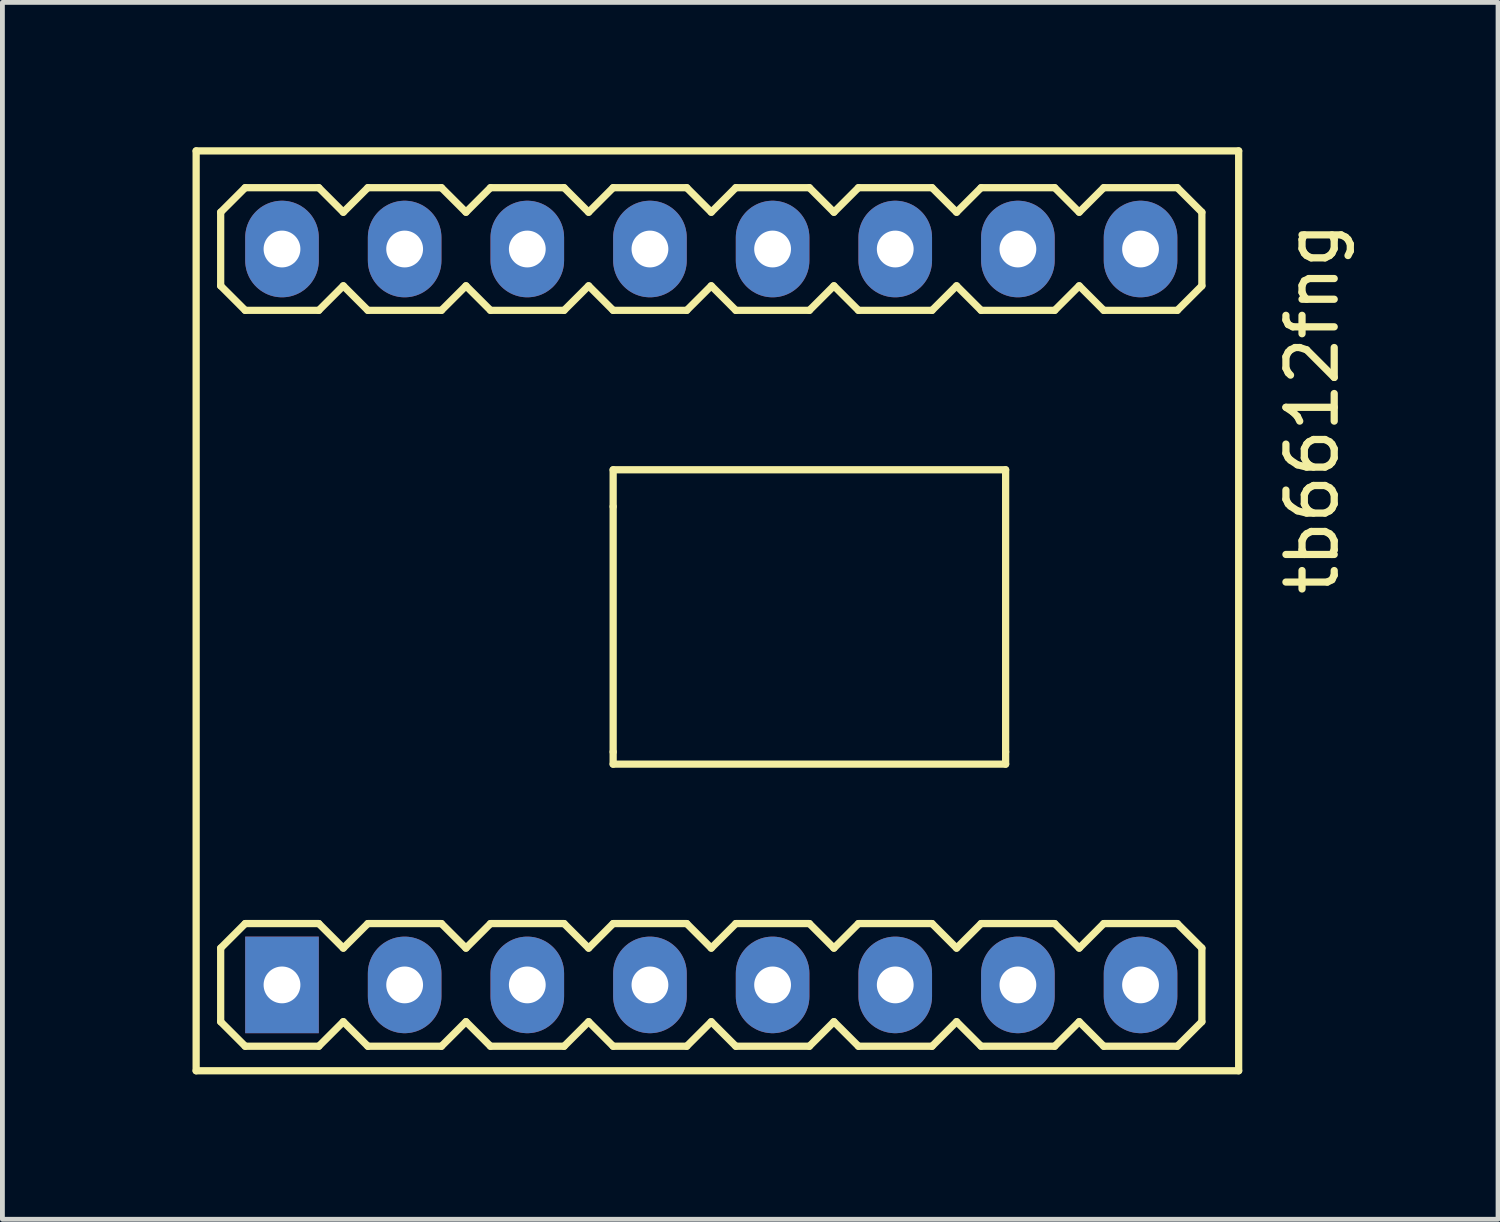
<source format=kicad_pcb>
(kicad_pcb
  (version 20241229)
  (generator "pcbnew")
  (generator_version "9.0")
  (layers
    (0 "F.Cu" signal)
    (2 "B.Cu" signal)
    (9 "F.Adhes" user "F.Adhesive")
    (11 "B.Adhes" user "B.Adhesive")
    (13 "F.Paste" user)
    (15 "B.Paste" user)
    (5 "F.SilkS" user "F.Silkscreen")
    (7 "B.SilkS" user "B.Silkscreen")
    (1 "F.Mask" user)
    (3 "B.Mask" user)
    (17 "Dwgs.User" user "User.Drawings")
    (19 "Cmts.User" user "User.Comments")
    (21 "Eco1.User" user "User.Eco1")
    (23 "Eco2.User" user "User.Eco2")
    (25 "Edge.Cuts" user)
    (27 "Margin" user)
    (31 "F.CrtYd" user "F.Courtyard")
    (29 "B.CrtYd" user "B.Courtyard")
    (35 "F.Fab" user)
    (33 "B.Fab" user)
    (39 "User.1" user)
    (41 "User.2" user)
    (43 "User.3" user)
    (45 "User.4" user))
  (footprint "tb6612fng"
    (layer "F.Cu")
    (at 0.25 17.347)
    (property "Reference" "tb6612fng" (at 23.876 -11.938 90) (layer "F.SilkS") (effects (font (size 1 1) (thickness 0.15))))
    (attr through_hole)
    (fp_line (start 0.762 -17.272) (end 22.352 -17.272) (stroke (width 0.15) (type solid)) (layer "F.SilkS"))
    (fp_line (start 0.762 1.778) (end 0.762 -17.272) (stroke (width 0.15) (type solid)) (layer "F.SilkS"))
    (fp_line (start 0.762 1.778) (end 22.352 1.778) (stroke (width 0.15) (type solid)) (layer "F.SilkS"))
    (fp_line (start 1.27 -14.478) (end 1.27 -16.002) (stroke (width 0.15) (type solid)) (layer "F.SilkS"))
    (fp_line (start 1.27 0.762) (end 1.27 -0.762) (stroke (width 0.15) (type solid)) (layer "F.SilkS"))
    (fp_line (start 1.778 -16.51) (end 1.27 -16.002) (stroke (width 0.15) (type solid)) (layer "F.SilkS"))
    (fp_line (start 1.778 -13.97) (end 1.27 -14.478) (stroke (width 0.15) (type solid)) (layer "F.SilkS"))
    (fp_line (start 1.778 -13.97) (end 3.302 -13.97) (stroke (width 0.15) (type solid)) (layer "F.SilkS"))
    (fp_line (start 1.778 -1.27) (end 1.27 -0.762) (stroke (width 0.15) (type solid)) (layer "F.SilkS"))
    (fp_line (start 1.778 1.27) (end 1.27 0.762) (stroke (width 0.15) (type solid)) (layer "F.SilkS"))
    (fp_line (start 1.778 1.27) (end 3.302 1.27) (stroke (width 0.15) (type solid)) (layer "F.SilkS"))
    (fp_line (start 3.302 -16.51) (end 1.778 -16.51) (stroke (width 0.15) (type solid)) (layer "F.SilkS"))
    (fp_line (start 3.302 -13.97) (end 3.81 -14.478) (stroke (width 0.15) (type solid)) (layer "F.SilkS"))
    (fp_line (start 3.302 -1.27) (end 1.778 -1.27) (stroke (width 0.15) (type solid)) (layer "F.SilkS"))
    (fp_line (start 3.302 1.27) (end 3.81 0.762) (stroke (width 0.15) (type solid)) (layer "F.SilkS"))
    (fp_line (start 3.81 -16.002) (end 3.302 -16.51) (stroke (width 0.15) (type solid)) (layer "F.SilkS"))
    (fp_line (start 3.81 -0.762) (end 3.302 -1.27) (stroke (width 0.15) (type solid)) (layer "F.SilkS"))
    (fp_line (start 4.318 -16.51) (end 3.81 -16.002) (stroke (width 0.15) (type solid)) (layer "F.SilkS"))
    (fp_line (start 4.318 -13.97) (end 3.81 -14.478) (stroke (width 0.15) (type solid)) (layer "F.SilkS"))
    (fp_line (start 4.318 -13.97) (end 5.842 -13.97) (stroke (width 0.15) (type solid)) (layer "F.SilkS"))
    (fp_line (start 4.318 -1.27) (end 3.81 -0.762) (stroke (width 0.15) (type solid)) (layer "F.SilkS"))
    (fp_line (start 4.318 1.27) (end 3.81 0.762) (stroke (width 0.15) (type solid)) (layer "F.SilkS"))
    (fp_line (start 4.318 1.27) (end 5.842 1.27) (stroke (width 0.15) (type solid)) (layer "F.SilkS"))
    (fp_line (start 5.842 -16.51) (end 4.318 -16.51) (stroke (width 0.15) (type solid)) (layer "F.SilkS"))
    (fp_line (start 5.842 -13.97) (end 6.35 -14.478) (stroke (width 0.15) (type solid)) (layer "F.SilkS"))
    (fp_line (start 5.842 -1.27) (end 4.318 -1.27) (stroke (width 0.15) (type solid)) (layer "F.SilkS"))
    (fp_line (start 5.842 1.27) (end 6.35 0.762) (stroke (width 0.15) (type solid)) (layer "F.SilkS"))
    (fp_line (start 6.35 -16.002) (end 5.842 -16.51) (stroke (width 0.15) (type solid)) (layer "F.SilkS"))
    (fp_line (start 6.35 -0.762) (end 5.842 -1.27) (stroke (width 0.15) (type solid)) (layer "F.SilkS"))
    (fp_line (start 6.858 -16.51) (end 6.35 -16.002) (stroke (width 0.15) (type solid)) (layer "F.SilkS"))
    (fp_line (start 6.858 -13.97) (end 6.35 -14.478) (stroke (width 0.15) (type solid)) (layer "F.SilkS"))
    (fp_line (start 6.858 -13.97) (end 8.382 -13.97) (stroke (width 0.15) (type solid)) (layer "F.SilkS"))
    (fp_line (start 6.858 -1.27) (end 6.35 -0.762) (stroke (width 0.15) (type solid)) (layer "F.SilkS"))
    (fp_line (start 6.858 1.27) (end 6.35 0.762) (stroke (width 0.15) (type solid)) (layer "F.SilkS"))
    (fp_line (start 6.858 1.27) (end 8.382 1.27) (stroke (width 0.15) (type solid)) (layer "F.SilkS"))
    (fp_line (start 8.382 -16.51) (end 6.858 -16.51) (stroke (width 0.15) (type solid)) (layer "F.SilkS"))
    (fp_line (start 8.382 -13.97) (end 8.89 -14.478) (stroke (width 0.15) (type solid)) (layer "F.SilkS"))
    (fp_line (start 8.382 -1.27) (end 6.858 -1.27) (stroke (width 0.15) (type solid)) (layer "F.SilkS"))
    (fp_line (start 8.382 1.27) (end 8.89 0.762) (stroke (width 0.15) (type solid)) (layer "F.SilkS"))
    (fp_line (start 8.89 -16.002) (end 8.382 -16.51) (stroke (width 0.15) (type solid)) (layer "F.SilkS"))
    (fp_line (start 8.89 -0.762) (end 8.382 -1.27) (stroke (width 0.15) (type solid)) (layer "F.SilkS"))
    (fp_line (start 9.398 -16.51) (end 8.89 -16.002) (stroke (width 0.15) (type solid)) (layer "F.SilkS"))
    (fp_line (start 9.398 -13.97) (end 8.89 -14.478) (stroke (width 0.15) (type solid)) (layer "F.SilkS"))
    (fp_line (start 9.398 -13.97) (end 10.922 -13.97) (stroke (width 0.15) (type solid)) (layer "F.SilkS"))
    (fp_line (start 9.398 -10.668) (end 9.398 -9.906) (stroke (width 0.15) (type solid)) (layer "F.SilkS"))
    (fp_line (start 9.398 -9.906) (end 9.398 -4.826) (stroke (width 0.15) (type solid)) (layer "F.SilkS"))
    (fp_line (start 9.398 -4.572) (end 9.398 -4.826) (stroke (width 0.15) (type solid)) (layer "F.SilkS"))
    (fp_line (start 9.398 -1.27) (end 8.89 -0.762) (stroke (width 0.15) (type solid)) (layer "F.SilkS"))
    (fp_line (start 9.398 1.27) (end 8.89 0.762) (stroke (width 0.15) (type solid)) (layer "F.SilkS"))
    (fp_line (start 9.398 1.27) (end 10.922 1.27) (stroke (width 0.15) (type solid)) (layer "F.SilkS"))
    (fp_line (start 10.922 -16.51) (end 9.398 -16.51) (stroke (width 0.15) (type solid)) (layer "F.SilkS"))
    (fp_line (start 10.922 -13.97) (end 11.43 -14.478) (stroke (width 0.15) (type solid)) (layer "F.SilkS"))
    (fp_line (start 10.922 -1.27) (end 9.398 -1.27) (stroke (width 0.15) (type solid)) (layer "F.SilkS"))
    (fp_line (start 10.922 1.27) (end 11.43 0.762) (stroke (width 0.15) (type solid)) (layer "F.SilkS"))
    (fp_line (start 11.43 -16.002) (end 10.922 -16.51) (stroke (width 0.15) (type solid)) (layer "F.SilkS"))
    (fp_line (start 11.43 -0.762) (end 10.922 -1.27) (stroke (width 0.15) (type solid)) (layer "F.SilkS"))
    (fp_line (start 11.938 -16.51) (end 11.43 -16.002) (stroke (width 0.15) (type solid)) (layer "F.SilkS"))
    (fp_line (start 11.938 -13.97) (end 11.43 -14.478) (stroke (width 0.15) (type solid)) (layer "F.SilkS"))
    (fp_line (start 11.938 -13.97) (end 13.462 -13.97) (stroke (width 0.15) (type solid)) (layer "F.SilkS"))
    (fp_line (start 11.938 -1.27) (end 11.43 -0.762) (stroke (width 0.15) (type solid)) (layer "F.SilkS"))
    (fp_line (start 11.938 1.27) (end 11.43 0.762) (stroke (width 0.15) (type solid)) (layer "F.SilkS"))
    (fp_line (start 11.938 1.27) (end 13.462 1.27) (stroke (width 0.15) (type solid)) (layer "F.SilkS"))
    (fp_line (start 13.462 -16.51) (end 11.938 -16.51) (stroke (width 0.15) (type solid)) (layer "F.SilkS"))
    (fp_line (start 13.462 -13.97) (end 13.97 -14.478) (stroke (width 0.15) (type solid)) (layer "F.SilkS"))
    (fp_line (start 13.462 -1.27) (end 11.938 -1.27) (stroke (width 0.15) (type solid)) (layer "F.SilkS"))
    (fp_line (start 13.462 1.27) (end 13.97 0.762) (stroke (width 0.15) (type solid)) (layer "F.SilkS"))
    (fp_line (start 13.97 -16.002) (end 13.462 -16.51) (stroke (width 0.15) (type solid)) (layer "F.SilkS"))
    (fp_line (start 13.97 -0.762) (end 13.462 -1.27) (stroke (width 0.15) (type solid)) (layer "F.SilkS"))
    (fp_line (start 14.478 -16.51) (end 13.97 -16.002) (stroke (width 0.15) (type solid)) (layer "F.SilkS"))
    (fp_line (start 14.478 -13.97) (end 13.97 -14.478) (stroke (width 0.15) (type solid)) (layer "F.SilkS"))
    (fp_line (start 14.478 -13.97) (end 16.002 -13.97) (stroke (width 0.15) (type solid)) (layer "F.SilkS"))
    (fp_line (start 14.478 -1.27) (end 13.97 -0.762) (stroke (width 0.15) (type solid)) (layer "F.SilkS"))
    (fp_line (start 14.478 1.27) (end 13.97 0.762) (stroke (width 0.15) (type solid)) (layer "F.SilkS"))
    (fp_line (start 14.478 1.27) (end 16.002 1.27) (stroke (width 0.15) (type solid)) (layer "F.SilkS"))
    (fp_line (start 16.002 -16.51) (end 14.478 -16.51) (stroke (width 0.15) (type solid)) (layer "F.SilkS"))
    (fp_line (start 16.002 -13.97) (end 16.51 -14.478) (stroke (width 0.15) (type solid)) (layer "F.SilkS"))
    (fp_line (start 16.002 -1.27) (end 14.478 -1.27) (stroke (width 0.15) (type solid)) (layer "F.SilkS"))
    (fp_line (start 16.002 1.27) (end 16.51 0.762) (stroke (width 0.15) (type solid)) (layer "F.SilkS"))
    (fp_line (start 16.51 -16.002) (end 16.002 -16.51) (stroke (width 0.15) (type solid)) (layer "F.SilkS"))
    (fp_line (start 16.51 -0.762) (end 16.002 -1.27) (stroke (width 0.15) (type solid)) (layer "F.SilkS"))
    (fp_line (start 17.018 -16.51) (end 16.51 -16.002) (stroke (width 0.15) (type solid)) (layer "F.SilkS"))
    (fp_line (start 17.018 -13.97) (end 16.51 -14.478) (stroke (width 0.15) (type solid)) (layer "F.SilkS"))
    (fp_line (start 17.018 -13.97) (end 18.542 -13.97) (stroke (width 0.15) (type solid)) (layer "F.SilkS"))
    (fp_line (start 17.018 -1.27) (end 16.51 -0.762) (stroke (width 0.15) (type solid)) (layer "F.SilkS"))
    (fp_line (start 17.018 1.27) (end 16.51 0.762) (stroke (width 0.15) (type solid)) (layer "F.SilkS"))
    (fp_line (start 17.018 1.27) (end 18.542 1.27) (stroke (width 0.15) (type solid)) (layer "F.SilkS"))
    (fp_line (start 17.526 -10.668) (end 9.398 -10.668) (stroke (width 0.15) (type solid)) (layer "F.SilkS"))
    (fp_line (start 17.526 -4.826) (end 17.526 -10.668) (stroke (width 0.15) (type solid)) (layer "F.SilkS"))
    (fp_line (start 17.526 -4.826) (end 17.526 -4.572) (stroke (width 0.15) (type solid)) (layer "F.SilkS"))
    (fp_line (start 17.526 -4.572) (end 9.398 -4.572) (stroke (width 0.15) (type solid)) (layer "F.SilkS"))
    (fp_line (start 18.542 -16.51) (end 17.018 -16.51) (stroke (width 0.15) (type solid)) (layer "F.SilkS"))
    (fp_line (start 18.542 -13.97) (end 19.05 -14.478) (stroke (width 0.15) (type solid)) (layer "F.SilkS"))
    (fp_line (start 18.542 -1.27) (end 17.018 -1.27) (stroke (width 0.15) (type solid)) (layer "F.SilkS"))
    (fp_line (start 18.542 1.27) (end 19.05 0.762) (stroke (width 0.15) (type solid)) (layer "F.SilkS"))
    (fp_line (start 19.05 -16.002) (end 18.542 -16.51) (stroke (width 0.15) (type solid)) (layer "F.SilkS"))
    (fp_line (start 19.05 -0.762) (end 18.542 -1.27) (stroke (width 0.15) (type solid)) (layer "F.SilkS"))
    (fp_line (start 19.558 -16.51) (end 19.05 -16.002) (stroke (width 0.15) (type solid)) (layer "F.SilkS"))
    (fp_line (start 19.558 -13.97) (end 19.05 -14.478) (stroke (width 0.15) (type solid)) (layer "F.SilkS"))
    (fp_line (start 19.558 -13.97) (end 21.082 -13.97) (stroke (width 0.15) (type solid)) (layer "F.SilkS"))
    (fp_line (start 19.558 -1.27) (end 19.05 -0.762) (stroke (width 0.15) (type solid)) (layer "F.SilkS"))
    (fp_line (start 19.558 1.27) (end 19.05 0.762) (stroke (width 0.15) (type solid)) (layer "F.SilkS"))
    (fp_line (start 19.558 1.27) (end 21.082 1.27) (stroke (width 0.15) (type solid)) (layer "F.SilkS"))
    (fp_line (start 21.082 -16.51) (end 19.558 -16.51) (stroke (width 0.15) (type solid)) (layer "F.SilkS"))
    (fp_line (start 21.082 -13.97) (end 21.59 -14.478) (stroke (width 0.15) (type solid)) (layer "F.SilkS"))
    (fp_line (start 21.082 -1.27) (end 19.558 -1.27) (stroke (width 0.15) (type solid)) (layer "F.SilkS"))
    (fp_line (start 21.082 1.27) (end 21.59 0.762) (stroke (width 0.15) (type solid)) (layer "F.SilkS"))
    (fp_line (start 21.59 -16.002) (end 21.082 -16.51) (stroke (width 0.15) (type solid)) (layer "F.SilkS"))
    (fp_line (start 21.59 -14.478) (end 21.59 -16.002) (stroke (width 0.15) (type solid)) (layer "F.SilkS"))
    (fp_line (start 21.59 -0.762) (end 21.082 -1.27) (stroke (width 0.15) (type solid)) (layer "F.SilkS"))
    (fp_line (start 21.59 0.762) (end 21.59 -0.762) (stroke (width 0.15) (type solid)) (layer "F.SilkS"))
    (fp_line (start 22.352 -17.272) (end 22.352 1.778) (stroke (width 0.15) (type solid)) (layer "F.SilkS"))
    (pad "1" thru_hole rect (at 2.54 0) (size 1.524 2) (drill 0.762) (layers "*.Cu" "*.Mask"))
    (pad "2" thru_hole oval (at 5.08 0) (size 1.524 2) (drill 0.762) (layers "*.Cu" "*.Mask"))
    (pad "3" thru_hole oval (at 7.62 0) (size 1.524 2) (drill 0.762) (layers "*.Cu" "*.Mask"))
    (pad "4" thru_hole oval (at 10.16 0) (size 1.524 2) (drill 0.762) (layers "*.Cu" "*.Mask"))
    (pad "5" thru_hole oval (at 12.7 0) (size 1.524 2) (drill 0.762) (layers "*.Cu" "*.Mask"))
    (pad "6" thru_hole oval (at 15.24 0) (size 1.524 2) (drill 0.762) (layers "*.Cu" "*.Mask"))
    (pad "7" thru_hole oval (at 17.78 0) (size 1.524 2) (drill 0.762) (layers "*.Cu" "*.Mask"))
    (pad "8" thru_hole oval (at 20.32 0) (size 1.524 2) (drill 0.762) (layers "*.Cu" "*.Mask"))
    (pad "9" thru_hole oval (at 20.32 -15.24) (size 1.524 2) (drill 0.762) (layers "*.Cu" "*.Mask"))
    (pad "10" thru_hole oval (at 17.78 -15.24) (size 1.524 2) (drill 0.762) (layers "*.Cu" "*.Mask"))
    (pad "11" thru_hole oval (at 15.24 -15.24) (size 1.524 2) (drill 0.762) (layers "*.Cu" "*.Mask"))
    (pad "12" thru_hole oval (at 12.7 -15.24) (size 1.524 2) (drill 0.762) (layers "*.Cu" "*.Mask"))
    (pad "13" thru_hole oval (at 10.16 -15.24) (size 1.524 2) (drill 0.762) (layers "*.Cu" "*.Mask"))
    (pad "14" thru_hole oval (at 7.62 -15.24) (size 1.524 2) (drill 0.762) (layers "*.Cu" "*.Mask"))
    (pad "15" thru_hole oval (at 5.08 -15.24) (size 1.524 2) (drill 0.762) (layers "*.Cu" "*.Mask"))
    (pad "16" thru_hole oval (at 2.54 -15.24) (size 1.524 2) (drill 0.762) (layers "*.Cu" "*.Mask")))
  (gr_rect
    (start -3 -3)
    (end 27.974 22.2)
    (stroke (width 0.1) (type default))
    (fill no)
    (layer "Edge.Cuts")))
</source>
